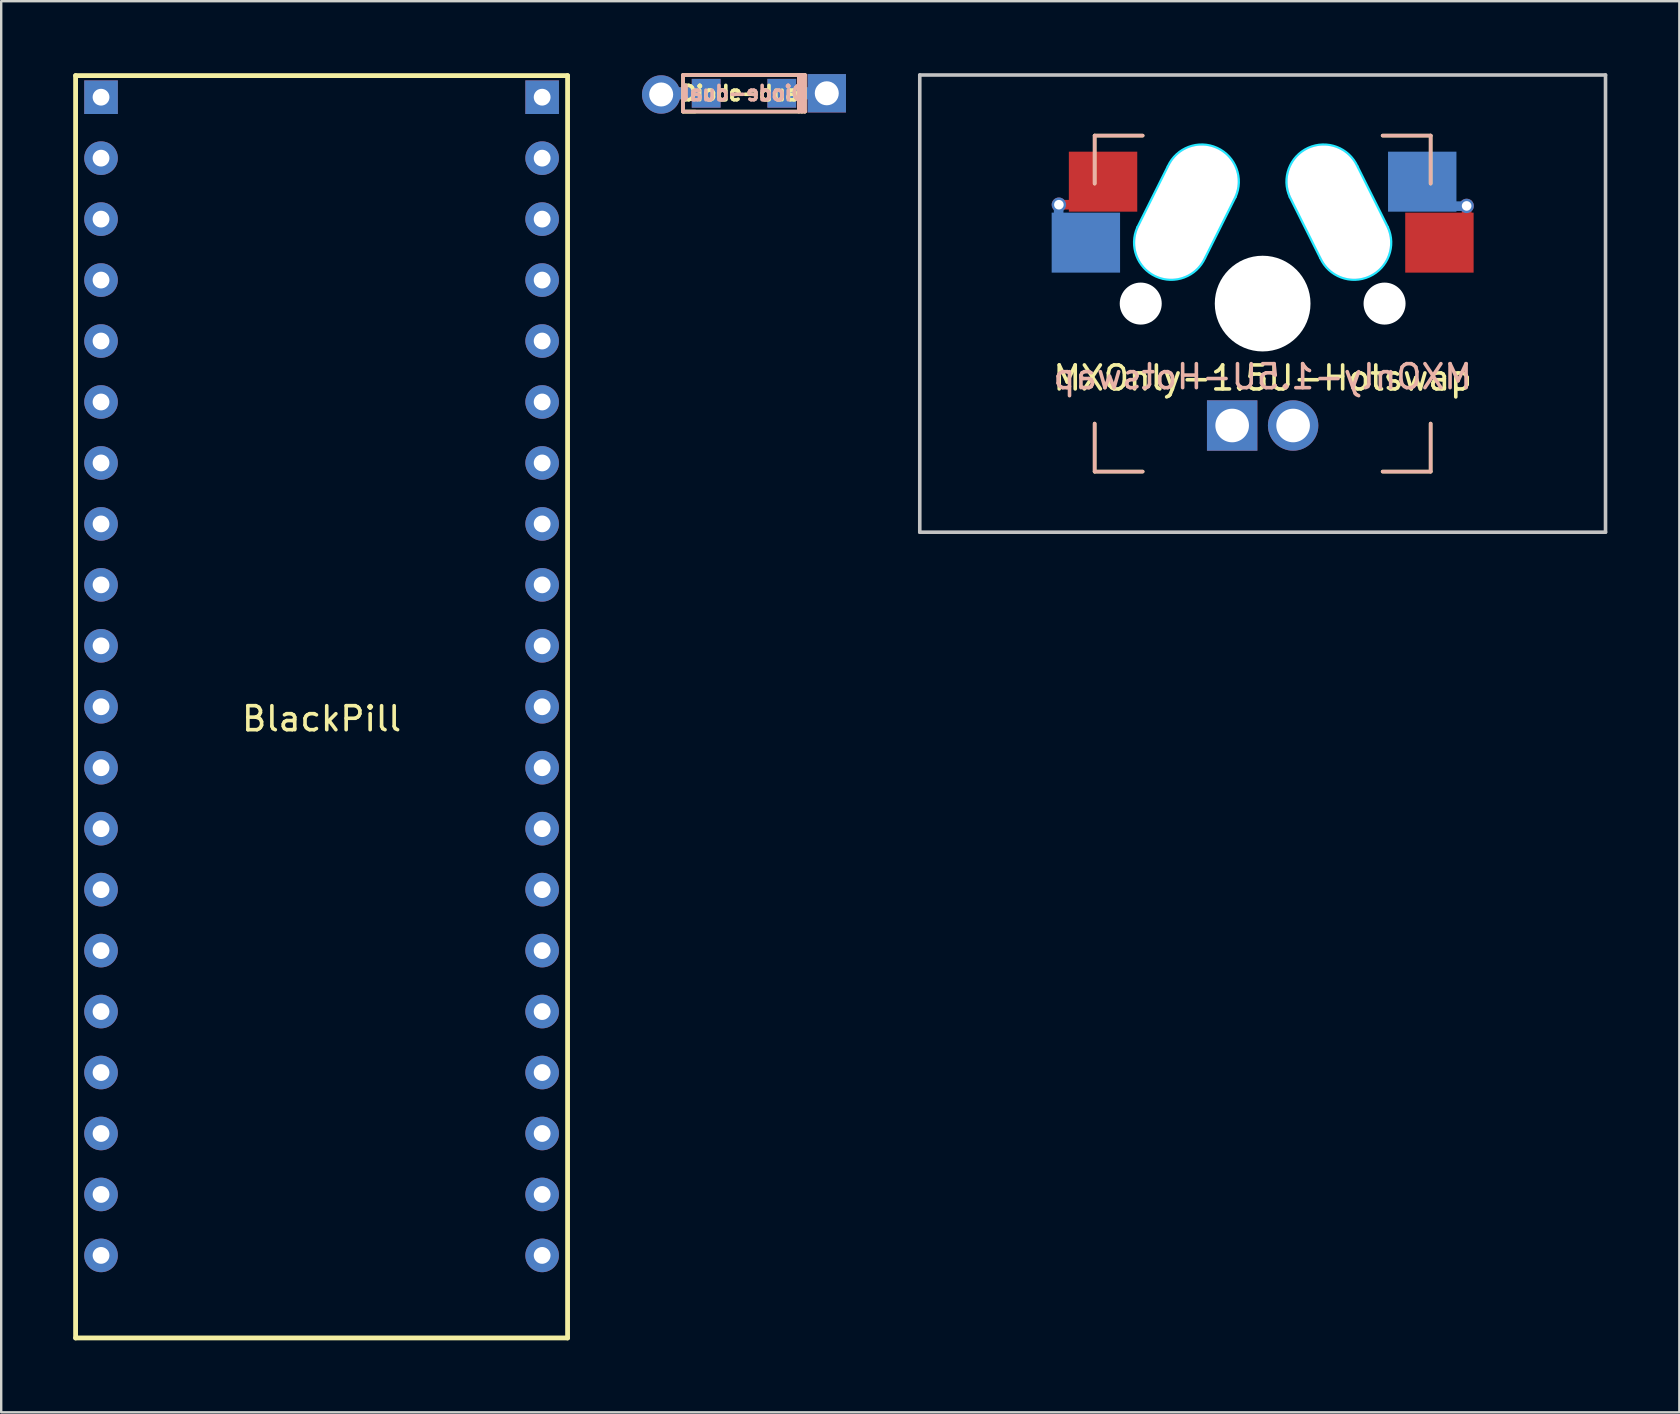
<source format=kicad_pcb>
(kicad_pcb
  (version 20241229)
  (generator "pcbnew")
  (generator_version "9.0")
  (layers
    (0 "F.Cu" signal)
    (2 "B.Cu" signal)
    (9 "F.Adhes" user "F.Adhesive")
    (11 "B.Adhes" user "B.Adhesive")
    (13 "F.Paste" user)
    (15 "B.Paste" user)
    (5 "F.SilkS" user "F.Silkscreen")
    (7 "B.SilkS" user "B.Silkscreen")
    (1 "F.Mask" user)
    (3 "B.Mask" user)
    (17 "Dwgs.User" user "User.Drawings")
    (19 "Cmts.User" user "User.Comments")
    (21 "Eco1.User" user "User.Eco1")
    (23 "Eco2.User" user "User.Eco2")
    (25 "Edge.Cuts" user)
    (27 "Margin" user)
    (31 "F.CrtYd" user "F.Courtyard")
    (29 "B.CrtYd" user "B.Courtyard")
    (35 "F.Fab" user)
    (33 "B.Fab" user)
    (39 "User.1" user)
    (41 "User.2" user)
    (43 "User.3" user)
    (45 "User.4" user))
  (footprint "BlackPill"
    (layer "F.Cu")
    (at 10.35 26.4)
    (property "Reference" "BlackPill" (at 0 0.5 0) (layer "F.SilkS") (effects (font (size 1 1) (thickness 0.15))))
    (attr through_hole)
    (fp_line (start -10.25 -26.3) (end -10.25 26.3) (stroke (width 0.2) (type solid)) (layer "F.SilkS"))
    (fp_line (start -10.25 26.3) (end 10.25 26.3) (stroke (width 0.2) (type solid)) (layer "F.SilkS"))
    (fp_line (start 10.25 -26.3) (end -10.25 -26.3) (stroke (width 0.2) (type solid)) (layer "F.SilkS"))
    (fp_line (start 10.25 26.3) (end 10.25 -26.3) (stroke (width 0.2) (type solid)) (layer "F.SilkS"))
    (pad "1" thru_hole rect (at 9.19 -25.4) (size 1.4 1.4) (drill 0.7) (layers "*.Cu" "*.Mask"))
    (pad "2" thru_hole circle (at 9.19 -22.86) (size 1.4 1.4) (drill 0.7) (layers "*.Cu" "*.Mask"))
    (pad "3" thru_hole circle (at 9.19 -20.32) (size 1.4 1.4) (drill 0.7) (layers "*.Cu" "*.Mask"))
    (pad "4" thru_hole circle (at 9.19 -17.78) (size 1.4 1.4) (drill 0.7) (layers "*.Cu" "*.Mask"))
    (pad "5" thru_hole circle (at 9.19 -15.24) (size 1.4 1.4) (drill 0.7) (layers "*.Cu" "*.Mask"))
    (pad "6" thru_hole circle (at 9.19 -12.7) (size 1.4 1.4) (drill 0.7) (layers "*.Cu" "*.Mask"))
    (pad "7" thru_hole circle (at 9.19 -10.16) (size 1.4 1.4) (drill 0.7) (layers "*.Cu" "*.Mask"))
    (pad "8" thru_hole circle (at 9.19 -7.62) (size 1.4 1.4) (drill 0.7) (layers "*.Cu" "*.Mask"))
    (pad "9" thru_hole circle (at 9.19 -5.08) (size 1.4 1.4) (drill 0.7) (layers "*.Cu" "*.Mask"))
    (pad "10" thru_hole circle (at 9.19 -2.54) (size 1.4 1.4) (drill 0.7) (layers "*.Cu" "*.Mask"))
    (pad "11" thru_hole circle (at 9.19 0) (size 1.4 1.4) (drill 0.7) (layers "*.Cu" "*.Mask"))
    (pad "12" thru_hole circle (at 9.19 2.54) (size 1.4 1.4) (drill 0.7) (layers "*.Cu" "*.Mask"))
    (pad "13" thru_hole circle (at 9.19 5.08) (size 1.4 1.4) (drill 0.7) (layers "*.Cu" "*.Mask"))
    (pad "14" thru_hole circle (at 9.19 7.62) (size 1.4 1.4) (drill 0.7) (layers "*.Cu" "*.Mask"))
    (pad "15" thru_hole circle (at 9.19 10.16) (size 1.4 1.4) (drill 0.7) (layers "*.Cu" "*.Mask"))
    (pad "16" thru_hole circle (at 9.19 12.7) (size 1.4 1.4) (drill 0.7) (layers "*.Cu" "*.Mask"))
    (pad "17" thru_hole circle (at 9.19 15.24) (size 1.4 1.4) (drill 0.7) (layers "*.Cu" "*.Mask"))
    (pad "18" thru_hole circle (at 9.19 17.78) (size 1.4 1.4) (drill 0.7) (layers "*.Cu" "*.Mask"))
    (pad "19" thru_hole circle (at 9.19 20.32) (size 1.4 1.4) (drill 0.7) (layers "*.Cu" "*.Mask"))
    (pad "20" thru_hole circle (at 9.19 22.86) (size 1.4 1.4) (drill 0.7) (layers "*.Cu" "*.Mask"))
    (pad "21" thru_hole circle (at -9.19 22.86) (size 1.4 1.4) (drill 0.7) (layers "*.Cu" "*.Mask"))
    (pad "22" thru_hole circle (at -9.19 20.32) (size 1.4 1.4) (drill 0.7) (layers "*.Cu" "*.Mask"))
    (pad "23" thru_hole circle (at -9.19 17.78) (size 1.4 1.4) (drill 0.7) (layers "*.Cu" "*.Mask"))
    (pad "24" thru_hole circle (at -9.19 15.24) (size 1.4 1.4) (drill 0.7) (layers "*.Cu" "*.Mask"))
    (pad "25" thru_hole circle (at -9.19 12.7) (size 1.4 1.4) (drill 0.7) (layers "*.Cu" "*.Mask"))
    (pad "26" thru_hole circle (at -9.19 10.16) (size 1.4 1.4) (drill 0.7) (layers "*.Cu" "*.Mask"))
    (pad "27" thru_hole circle (at -9.19 7.62) (size 1.4 1.4) (drill 0.7) (layers "*.Cu" "*.Mask"))
    (pad "28" thru_hole circle (at -9.19 5.08) (size 1.4 1.4) (drill 0.7) (layers "*.Cu" "*.Mask"))
    (pad "29" thru_hole circle (at -9.19 2.54) (size 1.4 1.4) (drill 0.7) (layers "*.Cu" "*.Mask"))
    (pad "30" thru_hole circle (at -9.19 0) (size 1.4 1.4) (drill 0.7) (layers "*.Cu" "*.Mask"))
    (pad "31" thru_hole circle (at -9.19 -2.54) (size 1.4 1.4) (drill 0.7) (layers "*.Cu" "*.Mask"))
    (pad "32" thru_hole circle (at -9.19 -5.08) (size 1.4 1.4) (drill 0.7) (layers "*.Cu" "*.Mask"))
    (pad "33" thru_hole circle (at -9.19 -7.62) (size 1.4 1.4) (drill 0.7) (layers "*.Cu" "*.Mask"))
    (pad "34" thru_hole circle (at -9.19 -10.16) (size 1.4 1.4) (drill 0.7) (layers "*.Cu" "*.Mask"))
    (pad "35" thru_hole circle (at -9.19 -12.7) (size 1.4 1.4) (drill 0.7) (layers "*.Cu" "*.Mask"))
    (pad "36" thru_hole circle (at -9.19 -15.24) (size 1.4 1.4) (drill 0.7) (layers "*.Cu" "*.Mask"))
    (pad "37" thru_hole circle (at -9.19 -17.78) (size 1.4 1.4) (drill 0.7) (layers "*.Cu" "*.Mask"))
    (pad "38" thru_hole circle (at -9.19 -20.32) (size 1.4 1.4) (drill 0.7) (layers "*.Cu" "*.Mask"))
    (pad "39" thru_hole circle (at -9.19 -22.86) (size 1.4 1.4) (drill 0.7) (layers "*.Cu" "*.Mask"))
    (pad "40" thru_hole rect (at -9.19 -25.4) (size 1.4 1.4) (drill 0.7) (layers "*.Cu" "*.Mask")))
  (footprint "Diode-dual"
    (layer "F.Cu")
    (at 27.95 0.837)
    (property "Reference" "Diode-dual" (at 0 0 0) (layer "F.SilkS") (effects (font (size 0.6 0.6) (thickness 0.15))))
    (attr smd)
    (fp_line (start -2.54 -0.762) (end -2.54 0.762) (stroke (width 0.15) (type solid)) (layer "F.SilkS"))
    (fp_line (start -2.54 0.762) (end -2.032 0.762) (stroke (width 0.15) (type solid)) (layer "F.SilkS"))
    (fp_line (start -2.54 0.762) (end 2.54 0.762) (stroke (width 0.15) (type solid)) (layer "F.SilkS"))
    (fp_line (start 2.286 -0.762) (end 2.286 0.762) (stroke (width 0.15) (type solid)) (layer "F.SilkS"))
    (fp_line (start 2.413 0.762) (end 2.413 -0.762) (stroke (width 0.15) (type solid)) (layer "F.SilkS"))
    (fp_line (start 2.54 -0.762) (end -2.54 -0.762) (stroke (width 0.15) (type solid)) (layer "F.SilkS"))
    (fp_line (start 2.54 0.762) (end 2.54 -0.762) (stroke (width 0.15) (type solid)) (layer "F.SilkS"))
    (fp_line (start -2.54 -0.762) (end -2.54 0.762) (stroke (width 0.15) (type solid)) (layer "B.SilkS"))
    (fp_line (start -2.54 0.762) (end 2.54 0.762) (stroke (width 0.15) (type solid)) (layer "B.SilkS"))
    (fp_line (start 2.286 -0.762) (end 2.286 0.762) (stroke (width 0.15) (type solid)) (layer "B.SilkS"))
    (fp_line (start 2.413 0.762) (end 2.413 -0.762) (stroke (width 0.15) (type solid)) (layer "B.SilkS"))
    (fp_line (start 2.54 -0.762) (end -2.54 -0.762) (stroke (width 0.15) (type solid)) (layer "B.SilkS"))
    (fp_line (start 2.54 0.762) (end 2.54 -0.762) (stroke (width 0.15) (type solid)) (layer "B.SilkS"))
    (fp_text user "${REFERENCE}" (at 0 0 0) (layer "B.SilkS") (effects (font (size 0.6 0.6) (thickness 0.15)) (justify mirror)))
    (pad "1" smd rect (at 1.575 0) (size 1.2 1.2) (layers "F.Cu" "F.Mask" "F.Paste"))
    (pad "1" smd rect (at 1.575 0) (size 1.2 1.2) (layers "B.Cu" "B.Mask" "B.Paste"))
    (pad "1" smd rect (at 2.7 0) (size 2.5 0.5) (layers "F.Cu"))
    (pad "1" smd rect (at 2.7 0) (size 2.5 0.5) (layers "B.Cu"))
    (pad "1" thru_hole rect (at 3.45 0) (size 1.6 1.6) (drill 1) (layers "*.Cu" "*.Mask"))
    (pad "2" thru_hole circle (at -3.45 0.05) (size 1.6 1.6) (drill 1) (layers "*.Cu" "*.Mask"))
    (pad "2" smd rect (at -2.7 0) (size 2.5 0.5) (layers "F.Cu"))
    (pad "2" smd rect (at -2.7 0) (size 2.5 0.5) (layers "B.Cu"))
    (pad "2" smd rect (at -1.575 0) (size 1.2 1.2) (layers "F.Cu" "F.Mask" "F.Paste"))
    (pad "2" smd rect (at -1.575 0) (size 1.2 1.2) (layers "B.Cu" "B.Mask" "B.Paste")))
  (footprint "MXOnly-1.5U-Hotswap"
    (layer "F.Cu")
    (at 49.562 9.6)
    (property "Reference" "MXOnly-1.5U-Hotswap" (at 0 3.048 0) (layer "B.SilkS") (effects (font (size 1 1) (thickness 0.15)) (justify mirror)))
    (attr smd)
    (fp_line (start -7 -7) (end -7 -5) (stroke (width 0.15) (type solid)) (layer "F.SilkS"))
    (fp_line (start -7 5) (end -7 7) (stroke (width 0.15) (type solid)) (layer "F.SilkS"))
    (fp_line (start -7 7) (end -5 7) (stroke (width 0.15) (type solid)) (layer "F.SilkS"))
    (fp_line (start -5 -7) (end -7 -7) (stroke (width 0.15) (type solid)) (layer "F.SilkS"))
    (fp_line (start 5 -7) (end 7 -7) (stroke (width 0.15) (type solid)) (layer "F.SilkS"))
    (fp_line (start 5 7) (end 7 7) (stroke (width 0.15) (type solid)) (layer "F.SilkS"))
    (fp_line (start 7 -7) (end 7 -5) (stroke (width 0.15) (type solid)) (layer "F.SilkS"))
    (fp_line (start 7 7) (end 7 5) (stroke (width 0.15) (type solid)) (layer "F.SilkS"))
    (fp_line (start -7 -7) (end -5 -7) (stroke (width 0.15) (type solid)) (layer "B.SilkS"))
    (fp_line (start -7 -5) (end -7 -7) (stroke (width 0.15) (type solid)) (layer "B.SilkS"))
    (fp_line (start -7 5) (end -7 7) (stroke (width 0.15) (type solid)) (layer "B.SilkS"))
    (fp_line (start -7 7) (end -5 7) (stroke (width 0.15) (type solid)) (layer "B.SilkS"))
    (fp_line (start 5 -7) (end 7 -7) (stroke (width 0.15) (type solid)) (layer "B.SilkS"))
    (fp_line (start 5 7) (end 7 7) (stroke (width 0.15) (type solid)) (layer "B.SilkS"))
    (fp_line (start 7 -7) (end 7 -5) (stroke (width 0.15) (type solid)) (layer "B.SilkS"))
    (fp_line (start 7 7) (end 7 5) (stroke (width 0.15) (type solid)) (layer "B.SilkS"))
    (fp_line (start -14.287 -9.525) (end 14.287 -9.525) (stroke (width 0.15) (type solid)) (layer "Dwgs.User"))
    (fp_line (start -14.287 9.525) (end -14.287 -9.525) (stroke (width 0.15) (type solid)) (layer "Dwgs.User"))
    (fp_line (start 14.287 -9.525) (end 14.287 9.525) (stroke (width 0.15) (type solid)) (layer "Dwgs.User"))
    (fp_line (start 14.287 9.525) (end -14.287 9.525) (stroke (width 0.15) (type solid)) (layer "Dwgs.User"))
    (fp_circle (center -3.81 -2.54) (end -5.26 -2.54) (stroke (width 0.1) (type solid)) (fill no) (layer "Cmts.User"))
    (fp_circle (center -2.54 -5.08) (end -1.09 -5.08) (stroke (width 0.1) (type solid)) (fill no) (layer "Cmts.User"))
    (fp_circle (center 2.54 -5.08) (end 1.09 -5.08) (stroke (width 0.1) (type solid)) (fill no) (layer "Cmts.User"))
    (fp_circle (center 3.81 -2.54) (end 5.26 -2.54) (stroke (width 0.1) (type solid)) (fill no) (layer "Cmts.User"))
    (fp_line (start -3.937 -5.715) (end -5.207 -3.175) (stroke (width 0.12) (type solid)) (layer "B.CrtYd"))
    (fp_line (start -1.143 -4.445) (end -2.413 -1.905) (stroke (width 0.12) (type solid)) (layer "B.CrtYd"))
    (fp_line (start 1.143 -4.445) (end 2.413 -1.905) (stroke (width 0.12) (type solid)) (layer "B.CrtYd"))
    (fp_line (start 5.207 -3.175) (end 3.937 -5.715) (stroke (width 0.12) (type solid)) (layer "B.CrtYd"))
    (fp_arc (start -3.936998 -5.714998) (mid -1.905 -6.476998) (end -1.143 -4.445) (stroke (width 0.12) (type solid)) (layer "B.CrtYd"))
    (fp_arc (start -2.412998 -1.905) (mid -4.444999 -1.142999) (end -5.207 -3.175001) (stroke (width 0.12) (type solid)) (layer "B.CrtYd"))
    (fp_arc (start 1.143 -4.445) (mid 1.905 -6.476998) (end 3.936998 -5.714998) (stroke (width 0.12) (type solid)) (layer "B.CrtYd"))
    (fp_arc (start 5.207 -3.175001) (mid 4.445 -1.142999) (end 2.412998 -1.905) (stroke (width 0.12) (type solid)) (layer "B.CrtYd"))
    (fp_text user "${REFERENCE}" (at 0 3.1 0) (layer "F.SilkS") (effects (font (size 1 1) (thickness 0.15))))
    (pad "" np_thru_hole circle (at -5.08 0 48.1) (size 1.75 1.75) (drill 1.75) (layers "*.Cu" "*.Mask"))
    (pad "" np_thru_hole roundrect (at -3.175 -3.81 63.5) (size 5.95 3.1) (drill oval 5.85 3) (layers "*.Cu" "*.Mask") (roundrect_rratio 0.5))
    (pad "" np_thru_hole circle (at 0 0) (size 3.988 3.988) (drill 3.988) (layers "*.Cu" "*.Mask"))
    (pad "" np_thru_hole roundrect (at 3.175 -3.81 296.5) (size 5.95 3.1) (drill oval 5.85 3) (layers "*.Cu" "*.Mask") (roundrect_rratio 0.5))
    (pad "" np_thru_hole circle (at 5.08 0 48.1) (size 1.75 1.75) (drill 1.75) (layers "*.Cu" "*.Mask"))
    (pad "1" smd rect (at 6.65 -5.08) (size 2.85 2.5) (layers "B.Cu" "B.Mask" "B.Paste"))
    (pad "1" smd rect (at 7.2 -4.7 135) (size 2 0.4) (layers "B.Cu" "B.Mask"))
    (pad "1" smd rect (at 7.366 -2.54) (size 2.85 2.5) (layers "F.Cu" "F.Mask" "F.Paste"))
    (pad "1" smd rect (at 7.7 -4.06) (size 2 0.4) (layers "B.Cu"))
    (pad "1" smd rect (at 7.9 -2.8 225) (size 2 0.4) (layers "F.Cu" "F.Mask"))
    (pad "1" thru_hole circle (at 8.5 -4.07 270) (size 0.6 0.6) (drill 0.4) (layers "*.Cu" "*.Mask"))
    (pad "1" smd rect (at 8.5 -3.3 270) (size 2 0.4) (layers "F.Cu"))
    (pad "2" smd rect (at -8.5 -3.3 90) (size 2 0.4) (layers "B.Cu"))
    (pad "2" thru_hole circle (at -8.49 -4.12) (size 0.6 0.6) (drill 0.4) (layers "*.Cu" "*.Mask"))
    (pad "2" smd rect (at -7.9 -2.8 135) (size 2 0.4) (layers "B.Cu" "B.Mask"))
    (pad "2" smd rect (at -7.6 -4.12) (size 2 0.4) (layers "F.Cu"))
    (pad "2" smd rect (at -7.366 -2.54) (size 2.85 2.5) (layers "B.Cu" "B.Mask" "B.Paste"))
    (pad "2" smd rect (at -7.1 -4.7 45) (size 2 0.4) (layers "F.Cu" "F.Mask"))
    (pad "2" smd rect (at -6.65 -5.08) (size 2.85 2.5) (layers "F.Cu" "F.Mask" "F.Paste"))
    (pad "3" thru_hole rect (at -1.27 5.08) (size 2.1 2.1) (drill 1.4) (layers "*.Cu" "*.Mask"))
    (pad "4" thru_hole circle (at 1.27 5.08) (size 2.1 2.1) (drill 1.4) (layers "*.Cu" "*.Mask")))
  (gr_rect
    (start -3 -3)
    (end 66.925 55.8)
    (stroke (width 0.1) (type default))
    (fill no)
    (layer "Edge.Cuts")))
</source>
